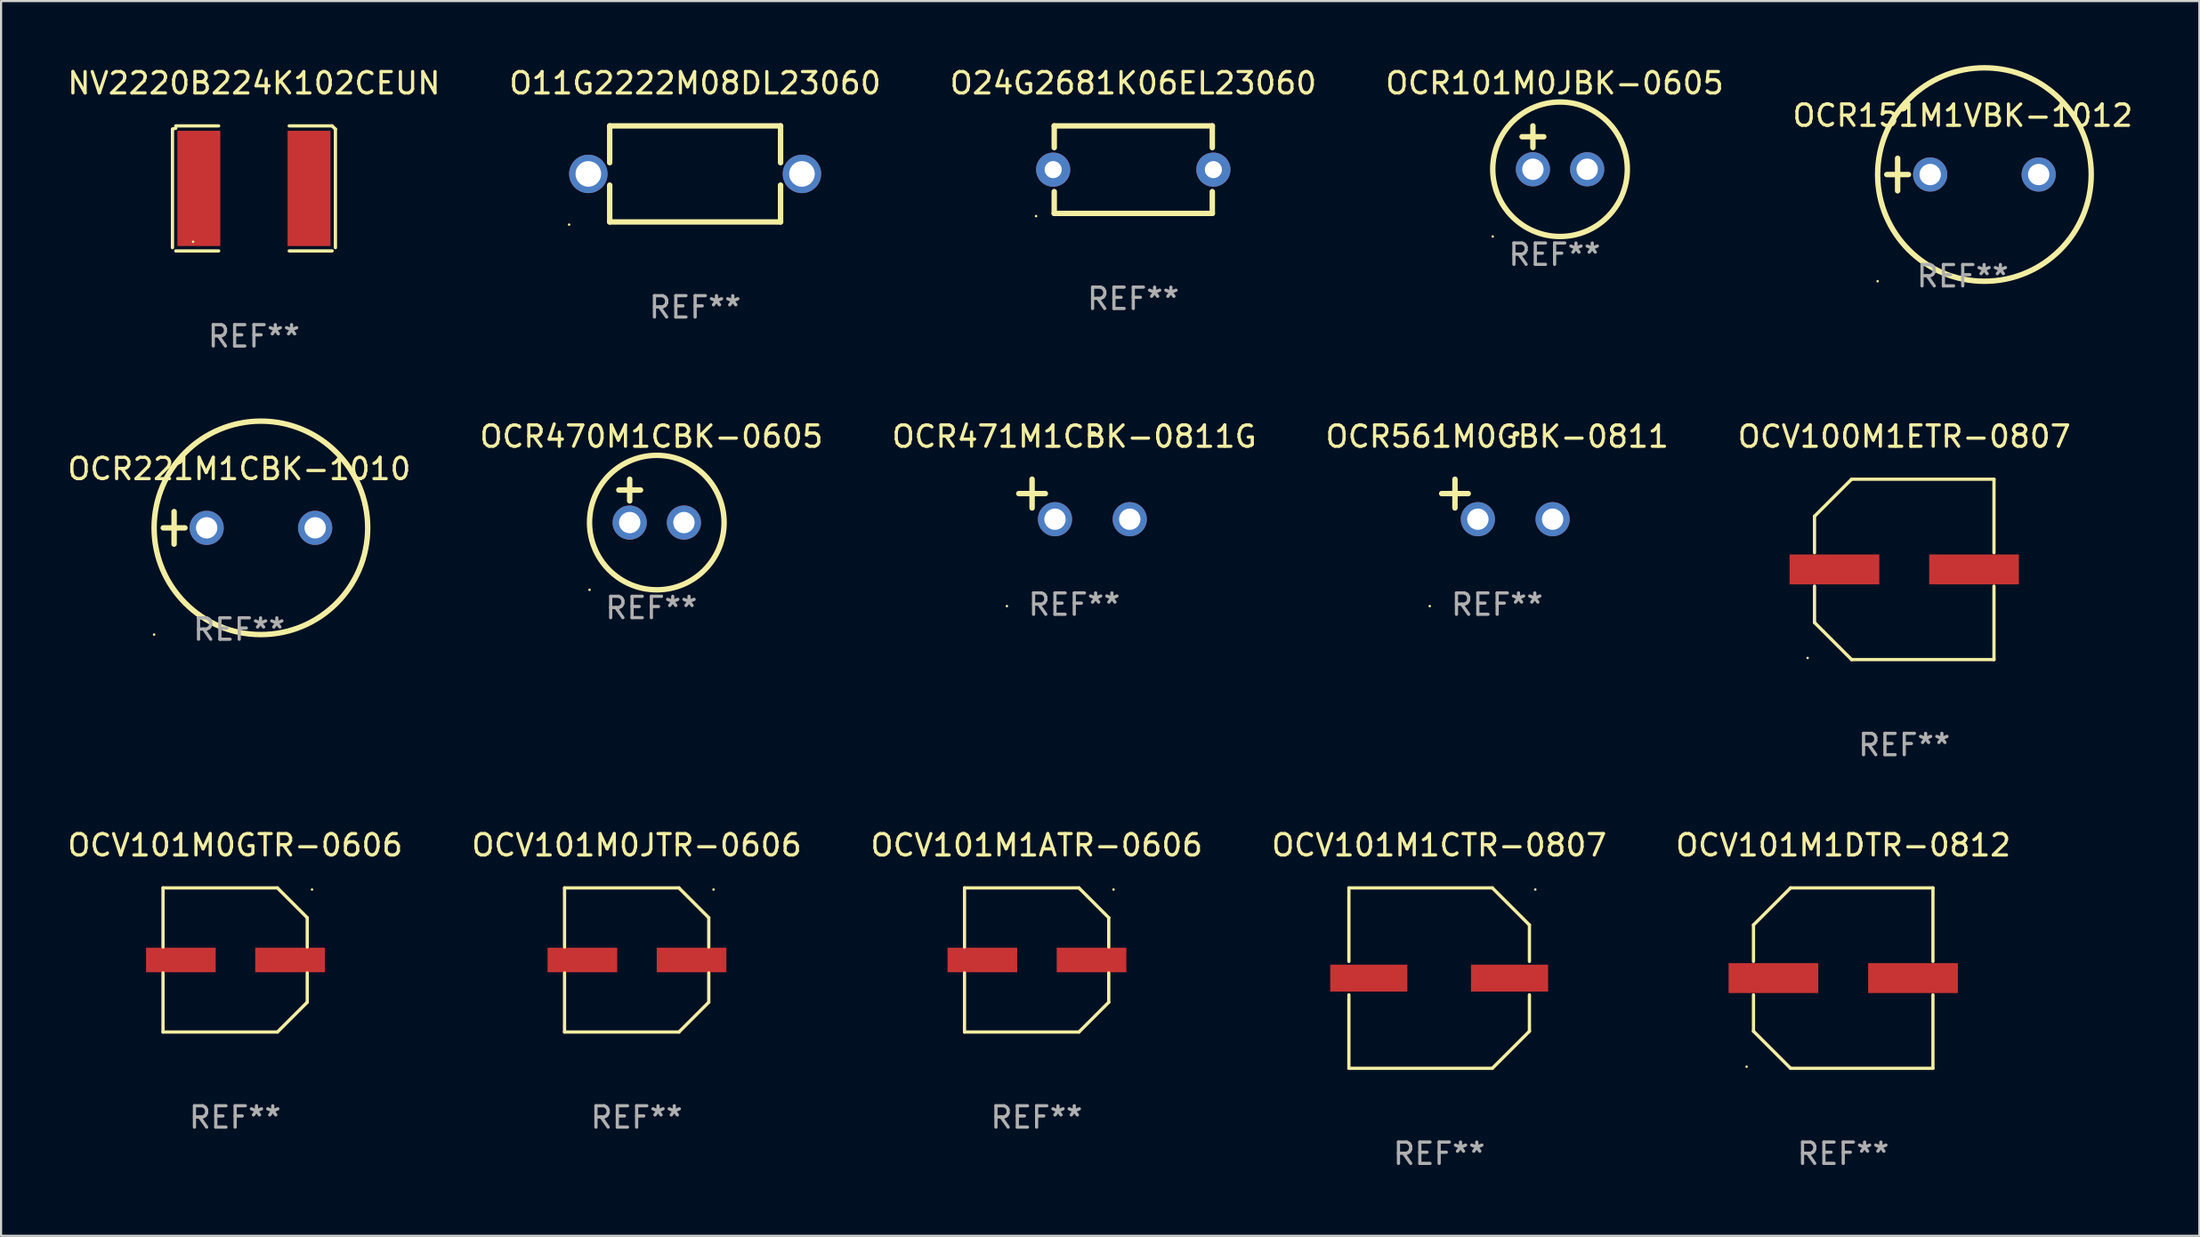
<source format=kicad_pcb>
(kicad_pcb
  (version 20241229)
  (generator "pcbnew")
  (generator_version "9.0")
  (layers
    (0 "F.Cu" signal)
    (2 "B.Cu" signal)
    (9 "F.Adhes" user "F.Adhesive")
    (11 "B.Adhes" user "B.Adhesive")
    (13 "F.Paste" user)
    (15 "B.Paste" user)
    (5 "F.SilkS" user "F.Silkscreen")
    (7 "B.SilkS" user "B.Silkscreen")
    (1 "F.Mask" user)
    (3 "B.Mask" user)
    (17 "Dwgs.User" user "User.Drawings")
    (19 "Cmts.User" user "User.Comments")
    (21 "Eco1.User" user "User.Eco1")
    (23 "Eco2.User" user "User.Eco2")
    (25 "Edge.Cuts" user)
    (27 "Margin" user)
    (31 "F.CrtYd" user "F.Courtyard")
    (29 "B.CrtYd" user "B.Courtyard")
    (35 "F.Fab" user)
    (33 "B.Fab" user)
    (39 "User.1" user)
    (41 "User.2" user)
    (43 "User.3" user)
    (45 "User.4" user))
  (footprint "O24G2681K06EL23060"
    (layer "F.Cu")
    (at 50.006 4.898)
    (property "Reference" "O24G2681K06EL23060" (at 0 -4.05 0) (layer "F.SilkS") (effects (font (size 1 1) (thickness 0.15))))
    (attr through_hole)
    (fp_line (start -3.7 -2.05) (end -3.7 -1.03) (stroke (width 0.254) (type solid)) (layer "F.SilkS"))
    (fp_line (start -3.7 -2.05) (end 3.7 -2.05) (stroke (width 0.254) (type solid)) (layer "F.SilkS"))
    (fp_line (start -3.7 1.03) (end -3.7 2.05) (stroke (width 0.254) (type solid)) (layer "F.SilkS"))
    (fp_line (start -3.7 2.05) (end 3.7 2.05) (stroke (width 0.254) (type solid)) (layer "F.SilkS"))
    (fp_line (start 3.7 -2.05) (end 3.7 -1.03) (stroke (width 0.254) (type solid)) (layer "F.SilkS"))
    (fp_line (start 3.7 1.03) (end 3.7 2.05) (stroke (width 0.254) (type solid)) (layer "F.SilkS"))
    (fp_circle (center -4.55 2.177) (end -4.52 2.177) (stroke (width 0.06) (type solid)) (fill no) (layer "F.SilkS"))
    (fp_text user "REF**" (at 0 6.05 0) (layer "F.Fab") (effects (font (size 1 1) (thickness 0.15))))
    (pad "1" thru_hole circle (at -3.75 0) (size 1.6 1.6) (drill 0.8) (layers "*.Cu" "*.Mask"))
    (pad "2" thru_hole circle (at 3.75 0) (size 1.6 1.6) (drill 0.8) (layers "*.Cu" "*.Mask")))
  (footprint "OCV101M0GTR-0606"
    (layer "F.Cu")
    (at 7.958 41.927)
    (property "Reference" "OCV101M0GTR-0606" (at 0 -5.376 0) (layer "F.SilkS") (effects (font (size 1 1) (thickness 0.15))))
    (attr through_hole)
    (fp_line (start -3.376 -3.376) (end 1.98 -3.376) (stroke (width 0.152) (type solid)) (layer "F.SilkS"))
    (fp_line (start -3.376 -0.607) (end -3.376 -3.376) (stroke (width 0.152) (type solid)) (layer "F.SilkS"))
    (fp_line (start -3.376 0.607) (end -3.376 3.376) (stroke (width 0.152) (type solid)) (layer "F.SilkS"))
    (fp_line (start -3.376 3.376) (end 1.98 3.376) (stroke (width 0.152) (type solid)) (layer "F.SilkS"))
    (fp_line (start 1.98 -3.376) (end 3.376 -1.98) (stroke (width 0.152) (type solid)) (layer "F.SilkS"))
    (fp_line (start 1.98 3.376) (end 3.376 1.98) (stroke (width 0.152) (type solid)) (layer "F.SilkS"))
    (fp_line (start 3.376 -1.98) (end 3.376 -0.607) (stroke (width 0.152) (type solid)) (layer "F.SilkS"))
    (fp_line (start 3.376 1.98) (end 3.376 0.607) (stroke (width 0.152) (type solid)) (layer "F.SilkS"))
    (fp_circle (center 3.6 -3.3) (end 3.63 -3.3) (stroke (width 0.06) (type solid)) (fill no) (layer "F.SilkS"))
    (fp_text user "REF**" (at 0 7.376 0) (layer "F.Fab") (effects (font (size 1 1) (thickness 0.15))))
    (pad "1" smd rect (at 2.57 0 180) (size 3.26 1.15) (layers "F.Cu" "F.Mask" "F.Paste"))
    (pad "2" smd rect (at -2.54 0 180) (size 3.26 1.15) (layers "F.Cu" "F.Mask" "F.Paste")))
  (footprint "NV2220B224K102CEUN"
    (layer "F.Cu")
    (at 8.839 5.777)
    (property "Reference" "NV2220B224K102CEUN" (at 0 -4.929 0) (layer "F.SilkS") (effects (font (size 1 1) (thickness 0.15))))
    (attr through_hole)
    (fp_line (start -3.814 2.776) (end -3.814 -2.776) (stroke (width 0.152) (type solid)) (layer "F.SilkS"))
    (fp_line (start -3.661 -2.929) (end -1.651 -2.929) (stroke (width 0.152) (type solid)) (layer "F.SilkS"))
    (fp_line (start -1.651 2.929) (end -3.661 2.929) (stroke (width 0.152) (type solid)) (layer "F.SilkS"))
    (fp_line (start 1.651 2.929) (end 3.661 2.929) (stroke (width 0.152) (type solid)) (layer "F.SilkS"))
    (fp_line (start 3.661 -2.929) (end 1.651 -2.929) (stroke (width 0.152) (type solid)) (layer "F.SilkS"))
    (fp_line (start 3.814 2.776) (end 3.814 -2.776) (stroke (width 0.152) (type solid)) (layer "F.SilkS"))
    (fp_arc (start -3.813614 -2.7762) (mid -3.739925 -2.805625) (end -3.661214 -2.815646) (stroke (width 0.1524) (type solid)) (layer "F.SilkS"))
    (fp_arc (start 3.661214 -2.9286) (mid 3.737425 -2.852411) (end 3.813614 -2.7762) (stroke (width 0.1524) (type solid)) (layer "F.SilkS"))
    (fp_circle (center -2.85 2.5) (end -2.82 2.5) (stroke (width 0.06) (type solid)) (fill no) (layer "F.SilkS"))
    (fp_text user "REF**" (at 0 6.929 0) (layer "F.Fab") (effects (font (size 1 1) (thickness 0.15))))
    (pad "1" smd rect (at -2.58 0) (size 2.01 5.4) (layers "F.Cu" "F.Mask" "F.Paste"))
    (pad "2" smd rect (at 2.58 0) (size 2.01 5.4) (layers "F.Cu" "F.Mask" "F.Paste")))
  (footprint "OCR470M1CBK-0605"
    (layer "F.Cu")
    (at 27.446 20.418)
    (property "Reference" "OCR470M1CBK-0605" (at 0 -3.016 0) (layer "F.SilkS") (effects (font (size 1 1) (thickness 0.15))))
    (attr through_hole)
    (fp_line (start -1.524 -0.508) (end -0.508 -0.508) (stroke (width 0.254) (type solid)) (layer "F.SilkS"))
    (fp_line (start -1.016 -1.016) (end -1.016 0) (stroke (width 0.254) (type solid)) (layer "F.SilkS"))
    (fp_circle (center -2.896 4.166) (end -2.866 4.166) (stroke (width 0.06) (type solid)) (fill no) (layer "F.SilkS"))
    (fp_circle (center 0.254 1.016) (end 3.404 1.016) (stroke (width 0.254) (type solid)) (fill no) (layer "F.SilkS"))
    (fp_text user "REF**" (at 0 5.016 0) (layer "F.Fab") (effects (font (size 1 1) (thickness 0.15))))
    (pad "1" thru_hole circle (at -1.016 1.016) (size 1.6 1.6) (drill 1) (layers "*.Cu" "*.Mask"))
    (pad "2" thru_hole circle (at 1.524 1.016) (size 1.6 1.6) (drill 1) (layers "*.Cu" "*.Mask")))
  (footprint "O11G2222M08DL23060"
    (layer "F.Cu")
    (at 29.494 5.098)
    (property "Reference" "O11G2222M08DL23060" (at 0 -4.25 0) (layer "F.SilkS") (effects (font (size 1 1) (thickness 0.15))))
    (attr through_hole)
    (fp_line (start -4 -2.25) (end -4 -0.526) (stroke (width 0.254) (type solid)) (layer "F.SilkS"))
    (fp_line (start -4 -2.25) (end 4 -2.25) (stroke (width 0.254) (type solid)) (layer "F.SilkS"))
    (fp_line (start -4 0.526) (end -4 2.25) (stroke (width 0.254) (type solid)) (layer "F.SilkS"))
    (fp_line (start 4 -2.25) (end 4 -0.526) (stroke (width 0.254) (type solid)) (layer "F.SilkS"))
    (fp_line (start 4 0.526) (end 4 2.25) (stroke (width 0.254) (type solid)) (layer "F.SilkS"))
    (fp_line (start 4 2.25) (end -4 2.25) (stroke (width 0.254) (type solid)) (layer "F.SilkS"))
    (fp_circle (center -5.9 2.377) (end -5.87 2.377) (stroke (width 0.06) (type solid)) (fill no) (layer "F.SilkS"))
    (fp_text user "REF**" (at 0 6.25 0) (layer "F.Fab") (effects (font (size 1 1) (thickness 0.15))))
    (pad "1" thru_hole circle (at -5 0) (size 1.8 1.8) (drill 1.2) (layers "*.Cu" "*.Mask"))
    (pad "2" thru_hole circle (at 5 0) (size 1.8 1.8) (drill 1.2) (layers "*.Cu" "*.Mask")))
  (footprint "OCR151M1VBK-1012"
    (layer "F.Cu")
    (at 88.839 5.127)
    (property "Reference" "OCR151M1VBK-1012" (at 0 -2.762 0) (layer "F.SilkS") (effects (font (size 1 1) (thickness 0.15))))
    (attr through_hole)
    (fp_line (start -3.556 0) (end -2.54 0) (stroke (width 0.254) (type solid)) (layer "F.SilkS"))
    (fp_line (start -3.048 -0.762) (end -3.048 0.762) (stroke (width 0.254) (type solid)) (layer "F.SilkS"))
    (fp_circle (center -3.984 5) (end -3.954 5) (stroke (width 0.06) (type solid)) (fill no) (layer "F.SilkS"))
    (fp_circle (center 1.016 0) (end 6.016 0) (stroke (width 0.254) (type solid)) (fill no) (layer "F.SilkS"))
    (fp_text user "REF**" (at 0 4.762 0) (layer "F.Fab") (effects (font (size 1 1) (thickness 0.15))))
    (pad "1" thru_hole circle (at -1.524 0) (size 1.6 1.6) (drill 1) (layers "*.Cu" "*.Mask"))
    (pad "2" thru_hole circle (at 3.556 0) (size 1.6 1.6) (drill 1) (layers "*.Cu" "*.Mask")))
  (footprint "OCV100M1ETR-0807"
    (layer "F.Cu")
    (at 86.101 23.628)
    (property "Reference" "OCV100M1ETR-0807" (at 0 -6.226 0) (layer "F.SilkS") (effects (font (size 1 1) (thickness 0.15))))
    (attr through_hole)
    (fp_line (start -4.201 -2.49) (end -4.201 -0.782) (stroke (width 0.152) (type solid)) (layer "F.SilkS"))
    (fp_line (start -4.201 2.49) (end -4.201 0.782) (stroke (width 0.152) (type solid)) (layer "F.SilkS"))
    (fp_line (start -2.465 -4.226) (end -4.201 -2.49) (stroke (width 0.152) (type solid)) (layer "F.SilkS"))
    (fp_line (start -2.465 4.226) (end -4.201 2.49) (stroke (width 0.152) (type solid)) (layer "F.SilkS"))
    (fp_line (start 4.201 -4.226) (end -2.465 -4.226) (stroke (width 0.152) (type solid)) (layer "F.SilkS"))
    (fp_line (start 4.201 -0.782) (end 4.201 -4.226) (stroke (width 0.152) (type solid)) (layer "F.SilkS"))
    (fp_line (start 4.201 0.782) (end 4.201 4.226) (stroke (width 0.152) (type solid)) (layer "F.SilkS"))
    (fp_line (start 4.201 4.226) (end -2.465 4.226) (stroke (width 0.152) (type solid)) (layer "F.SilkS"))
    (fp_circle (center -4.524 4.15) (end -4.494 4.15) (stroke (width 0.06) (type solid)) (fill no) (layer "F.SilkS"))
    (fp_text user "REF**" (at 0 8.226 0) (layer "F.Fab") (effects (font (size 1 1) (thickness 0.15))))
    (pad "1" smd rect (at -3.267 0) (size 4.2 1.4) (layers "F.Cu" "F.Mask" "F.Paste"))
    (pad "2" smd rect (at 3.267 0) (size 4.2 1.4) (layers "F.Cu" "F.Mask" "F.Paste")))
  (footprint "OCR471M1CBK-0811G"
    (layer "F.Cu")
    (at 47.244 20.339)
    (property "Reference" "OCR471M1CBK-0811G" (at 0 -2.937 0) (layer "F.SilkS") (effects (font (size 1 1) (thickness 0.15))))
    (attr through_hole)
    (fp_line (start -1.975 0.41) (end -1.975 -0.937) (stroke (width 0.254) (type solid)) (layer "F.SilkS"))
    (fp_line (start -1.353 -0.263) (end -2.597 -0.263) (stroke (width 0.254) (type solid)) (layer "F.SilkS"))
    (fp_arc (start 0.849809 -3.063957) (mid 0.885369 -3.064114) (end 0.920929 -3.063957) (stroke (width 0.254001) (type solid)) (layer "F.SilkS"))
    (fp_circle (center -3.154 5.008) (end -3.124 5.008) (stroke (width 0.06) (type solid)) (fill no) (layer "F.SilkS"))
    (fp_text user "REF**" (at 0 4.937 0) (layer "F.Fab") (effects (font (size 1 1) (thickness 0.15))))
    (pad "1" thru_hole circle (at -0.903 0.937) (size 1.6 1.6) (drill 1) (layers "*.Cu" "*.Mask"))
    (pad "2" thru_hole circle (at 2.597 0.937) (size 1.6 1.6) (drill 1) (layers "*.Cu" "*.Mask")))
  (footprint "OCR101M0JBK-0605"
    (layer "F.Cu")
    (at 69.732 3.864)
    (property "Reference" "OCR101M0JBK-0605" (at 0 -3.016 0) (layer "F.SilkS") (effects (font (size 1 1) (thickness 0.15))))
    (attr through_hole)
    (fp_line (start -1.524 -0.508) (end -0.508 -0.508) (stroke (width 0.254) (type solid)) (layer "F.SilkS"))
    (fp_line (start -1.016 -1.016) (end -1.016 0) (stroke (width 0.254) (type solid)) (layer "F.SilkS"))
    (fp_circle (center -2.896 4.166) (end -2.866 4.166) (stroke (width 0.06) (type solid)) (fill no) (layer "F.SilkS"))
    (fp_circle (center 0.254 1.016) (end 3.404 1.016) (stroke (width 0.254) (type solid)) (fill no) (layer "F.SilkS"))
    (fp_text user "REF**" (at 0 5.016 0) (layer "F.Fab") (effects (font (size 1 1) (thickness 0.15))))
    (pad "1" thru_hole circle (at -1.016 1.016) (size 1.6 1.6) (drill 1) (layers "*.Cu" "*.Mask"))
    (pad "2" thru_hole circle (at 1.524 1.016) (size 1.6 1.6) (drill 1) (layers "*.Cu" "*.Mask")))
  (footprint "OCR221M1CBK-1010"
    (layer "F.Cu")
    (at 8.149 21.681)
    (property "Reference" "OCR221M1CBK-1010" (at 0 -2.762 0) (layer "F.SilkS") (effects (font (size 1 1) (thickness 0.15))))
    (attr through_hole)
    (fp_line (start -3.556 0) (end -2.54 0) (stroke (width 0.254) (type solid)) (layer "F.SilkS"))
    (fp_line (start -3.048 -0.762) (end -3.048 0.762) (stroke (width 0.254) (type solid)) (layer "F.SilkS"))
    (fp_circle (center -3.984 5) (end -3.954 5) (stroke (width 0.06) (type solid)) (fill no) (layer "F.SilkS"))
    (fp_circle (center 1.016 0) (end 6.016 0) (stroke (width 0.254) (type solid)) (fill no) (layer "F.SilkS"))
    (fp_text user "REF**" (at 0 4.762 0) (layer "F.Fab") (effects (font (size 1 1) (thickness 0.15))))
    (pad "1" thru_hole circle (at -1.524 0) (size 1.6 1.6) (drill 1) (layers "*.Cu" "*.Mask"))
    (pad "2" thru_hole circle (at 3.556 0) (size 1.6 1.6) (drill 1) (layers "*.Cu" "*.Mask")))
  (footprint "OCV101M1ATR-0606"
    (layer "F.Cu")
    (at 45.482 41.927)
    (property "Reference" "OCV101M1ATR-0606" (at 0 -5.376 0) (layer "F.SilkS") (effects (font (size 1 1) (thickness 0.15))))
    (attr through_hole)
    (fp_line (start -3.376 -3.376) (end 1.98 -3.376) (stroke (width 0.152) (type solid)) (layer "F.SilkS"))
    (fp_line (start -3.376 -0.607) (end -3.376 -3.376) (stroke (width 0.152) (type solid)) (layer "F.SilkS"))
    (fp_line (start -3.376 0.607) (end -3.376 3.376) (stroke (width 0.152) (type solid)) (layer "F.SilkS"))
    (fp_line (start -3.376 3.376) (end 1.98 3.376) (stroke (width 0.152) (type solid)) (layer "F.SilkS"))
    (fp_line (start 1.98 -3.376) (end 3.376 -1.98) (stroke (width 0.152) (type solid)) (layer "F.SilkS"))
    (fp_line (start 1.98 3.376) (end 3.376 1.98) (stroke (width 0.152) (type solid)) (layer "F.SilkS"))
    (fp_line (start 3.376 -1.98) (end 3.376 -0.607) (stroke (width 0.152) (type solid)) (layer "F.SilkS"))
    (fp_line (start 3.376 1.98) (end 3.376 0.607) (stroke (width 0.152) (type solid)) (layer "F.SilkS"))
    (fp_circle (center 3.6 -3.3) (end 3.63 -3.3) (stroke (width 0.06) (type solid)) (fill no) (layer "F.SilkS"))
    (fp_text user "REF**" (at 0 7.376 0) (layer "F.Fab") (effects (font (size 1 1) (thickness 0.15))))
    (pad "1" smd rect (at 2.57 0 180) (size 3.26 1.15) (layers "F.Cu" "F.Mask" "F.Paste"))
    (pad "2" smd rect (at -2.54 0 180) (size 3.26 1.15) (layers "F.Cu" "F.Mask" "F.Paste")))
  (footprint "OCV101M0JTR-0606"
    (layer "F.Cu")
    (at 26.756 41.927)
    (property "Reference" "OCV101M0JTR-0606" (at 0 -5.376 0) (layer "F.SilkS") (effects (font (size 1 1) (thickness 0.15))))
    (attr through_hole)
    (fp_line (start -3.376 -3.376) (end 1.98 -3.376) (stroke (width 0.152) (type solid)) (layer "F.SilkS"))
    (fp_line (start -3.376 -0.607) (end -3.376 -3.376) (stroke (width 0.152) (type solid)) (layer "F.SilkS"))
    (fp_line (start -3.376 0.607) (end -3.376 3.376) (stroke (width 0.152) (type solid)) (layer "F.SilkS"))
    (fp_line (start -3.376 3.376) (end 1.98 3.376) (stroke (width 0.152) (type solid)) (layer "F.SilkS"))
    (fp_line (start 1.98 -3.376) (end 3.376 -1.98) (stroke (width 0.152) (type solid)) (layer "F.SilkS"))
    (fp_line (start 1.98 3.376) (end 3.376 1.98) (stroke (width 0.152) (type solid)) (layer "F.SilkS"))
    (fp_line (start 3.376 -1.98) (end 3.376 -0.607) (stroke (width 0.152) (type solid)) (layer "F.SilkS"))
    (fp_line (start 3.376 1.98) (end 3.376 0.607) (stroke (width 0.152) (type solid)) (layer "F.SilkS"))
    (fp_circle (center 3.6 -3.3) (end 3.63 -3.3) (stroke (width 0.06) (type solid)) (fill no) (layer "F.SilkS"))
    (fp_text user "REF**" (at 0 7.376 0) (layer "F.Fab") (effects (font (size 1 1) (thickness 0.15))))
    (pad "1" smd rect (at 2.57 0 180) (size 3.26 1.15) (layers "F.Cu" "F.Mask" "F.Paste"))
    (pad "2" smd rect (at -2.54 0 180) (size 3.26 1.15) (layers "F.Cu" "F.Mask" "F.Paste")))
  (footprint "OCV101M1CTR-0807"
    (layer "F.Cu")
    (at 64.327 42.777)
    (property "Reference" "OCV101M1CTR-0807" (at 0 -6.226 0) (layer "F.SilkS") (effects (font (size 1 1) (thickness 0.15))))
    (attr through_hole)
    (fp_line (start -4.226 -4.226) (end 2.49 -4.226) (stroke (width 0.152) (type solid)) (layer "F.SilkS"))
    (fp_line (start -4.226 -0.782) (end -4.226 -4.226) (stroke (width 0.152) (type solid)) (layer "F.SilkS"))
    (fp_line (start -4.226 0.782) (end -4.226 4.226) (stroke (width 0.152) (type solid)) (layer "F.SilkS"))
    (fp_line (start -4.226 4.226) (end 2.49 4.226) (stroke (width 0.152) (type solid)) (layer "F.SilkS"))
    (fp_line (start 2.49 -4.226) (end 4.226 -2.49) (stroke (width 0.152) (type solid)) (layer "F.SilkS"))
    (fp_line (start 2.49 4.226) (end 4.226 2.49) (stroke (width 0.152) (type solid)) (layer "F.SilkS"))
    (fp_line (start 4.226 -2.49) (end 4.226 -0.782) (stroke (width 0.152) (type solid)) (layer "F.SilkS"))
    (fp_line (start 4.226 2.49) (end 4.226 0.782) (stroke (width 0.152) (type solid)) (layer "F.SilkS"))
    (fp_circle (center 4.5 -4.15) (end 4.53 -4.15) (stroke (width 0.06) (type solid)) (fill no) (layer "F.SilkS"))
    (fp_text user "REF**" (at 0 8.226 0) (layer "F.Fab") (effects (font (size 1 1) (thickness 0.15))))
    (pad "1" smd rect (at 3.295 0 180) (size 3.61 1.26) (layers "F.Cu" "F.Mask" "F.Paste"))
    (pad "2" smd rect (at -3.295 0 180) (size 3.61 1.26) (layers "F.Cu" "F.Mask" "F.Paste")))
  (footprint "OCV101M1DTR-0812"
    (layer "F.Cu")
    (at 83.244 42.777)
    (property "Reference" "OCV101M1DTR-0812" (at 0 -6.226 0) (layer "F.SilkS") (effects (font (size 1 1) (thickness 0.15))))
    (attr through_hole)
    (fp_line (start -4.201 -2.49) (end -4.201 -0.782) (stroke (width 0.152) (type solid)) (layer "F.SilkS"))
    (fp_line (start -4.201 2.49) (end -4.201 0.782) (stroke (width 0.152) (type solid)) (layer "F.SilkS"))
    (fp_line (start -2.465 -4.226) (end -4.201 -2.49) (stroke (width 0.152) (type solid)) (layer "F.SilkS"))
    (fp_line (start -2.465 4.226) (end -4.201 2.49) (stroke (width 0.152) (type solid)) (layer "F.SilkS"))
    (fp_line (start 4.201 -4.226) (end -2.465 -4.226) (stroke (width 0.152) (type solid)) (layer "F.SilkS"))
    (fp_line (start 4.201 -0.782) (end 4.201 -4.226) (stroke (width 0.152) (type solid)) (layer "F.SilkS"))
    (fp_line (start 4.201 0.782) (end 4.201 4.226) (stroke (width 0.152) (type solid)) (layer "F.SilkS"))
    (fp_line (start 4.201 4.226) (end -2.465 4.226) (stroke (width 0.152) (type solid)) (layer "F.SilkS"))
    (fp_circle (center -4.524 4.15) (end -4.494 4.15) (stroke (width 0.06) (type solid)) (fill no) (layer "F.SilkS"))
    (fp_text user "REF**" (at 0 8.226 0) (layer "F.Fab") (effects (font (size 1 1) (thickness 0.15))))
    (pad "1" smd rect (at -3.267 0) (size 4.2 1.4) (layers "F.Cu" "F.Mask" "F.Paste"))
    (pad "2" smd rect (at 3.267 0) (size 4.2 1.4) (layers "F.Cu" "F.Mask" "F.Paste")))
  (footprint "OCR561M0GBK-0811"
    (layer "F.Cu")
    (at 67.042 20.339)
    (property "Reference" "OCR561M0GBK-0811" (at 0 -2.937 0) (layer "F.SilkS") (effects (font (size 1 1) (thickness 0.15))))
    (attr through_hole)
    (fp_line (start -1.975 0.41) (end -1.975 -0.937) (stroke (width 0.254) (type solid)) (layer "F.SilkS"))
    (fp_line (start -1.353 -0.263) (end -2.597 -0.263) (stroke (width 0.254) (type solid)) (layer "F.SilkS"))
    (fp_arc (start 0.849809 -3.063957) (mid 0.885369 -3.064114) (end 0.920929 -3.063957) (stroke (width 0.254001) (type solid)) (layer "F.SilkS"))
    (fp_circle (center -3.154 5.008) (end -3.124 5.008) (stroke (width 0.06) (type solid)) (fill no) (layer "F.SilkS"))
    (fp_text user "REF**" (at 0 4.937 0) (layer "F.Fab") (effects (font (size 1 1) (thickness 0.15))))
    (pad "1" thru_hole circle (at -0.903 0.937) (size 1.6 1.6) (drill 1) (layers "*.Cu" "*.Mask"))
    (pad "2" thru_hole circle (at 2.597 0.937) (size 1.6 1.6) (drill 1) (layers "*.Cu" "*.Mask")))
  (gr_rect
    (start -3 -3)
    (end 99.917 54.852)
    (stroke (width 0.1) (type default))
    (fill no)
    (layer "Edge.Cuts")))
</source>
